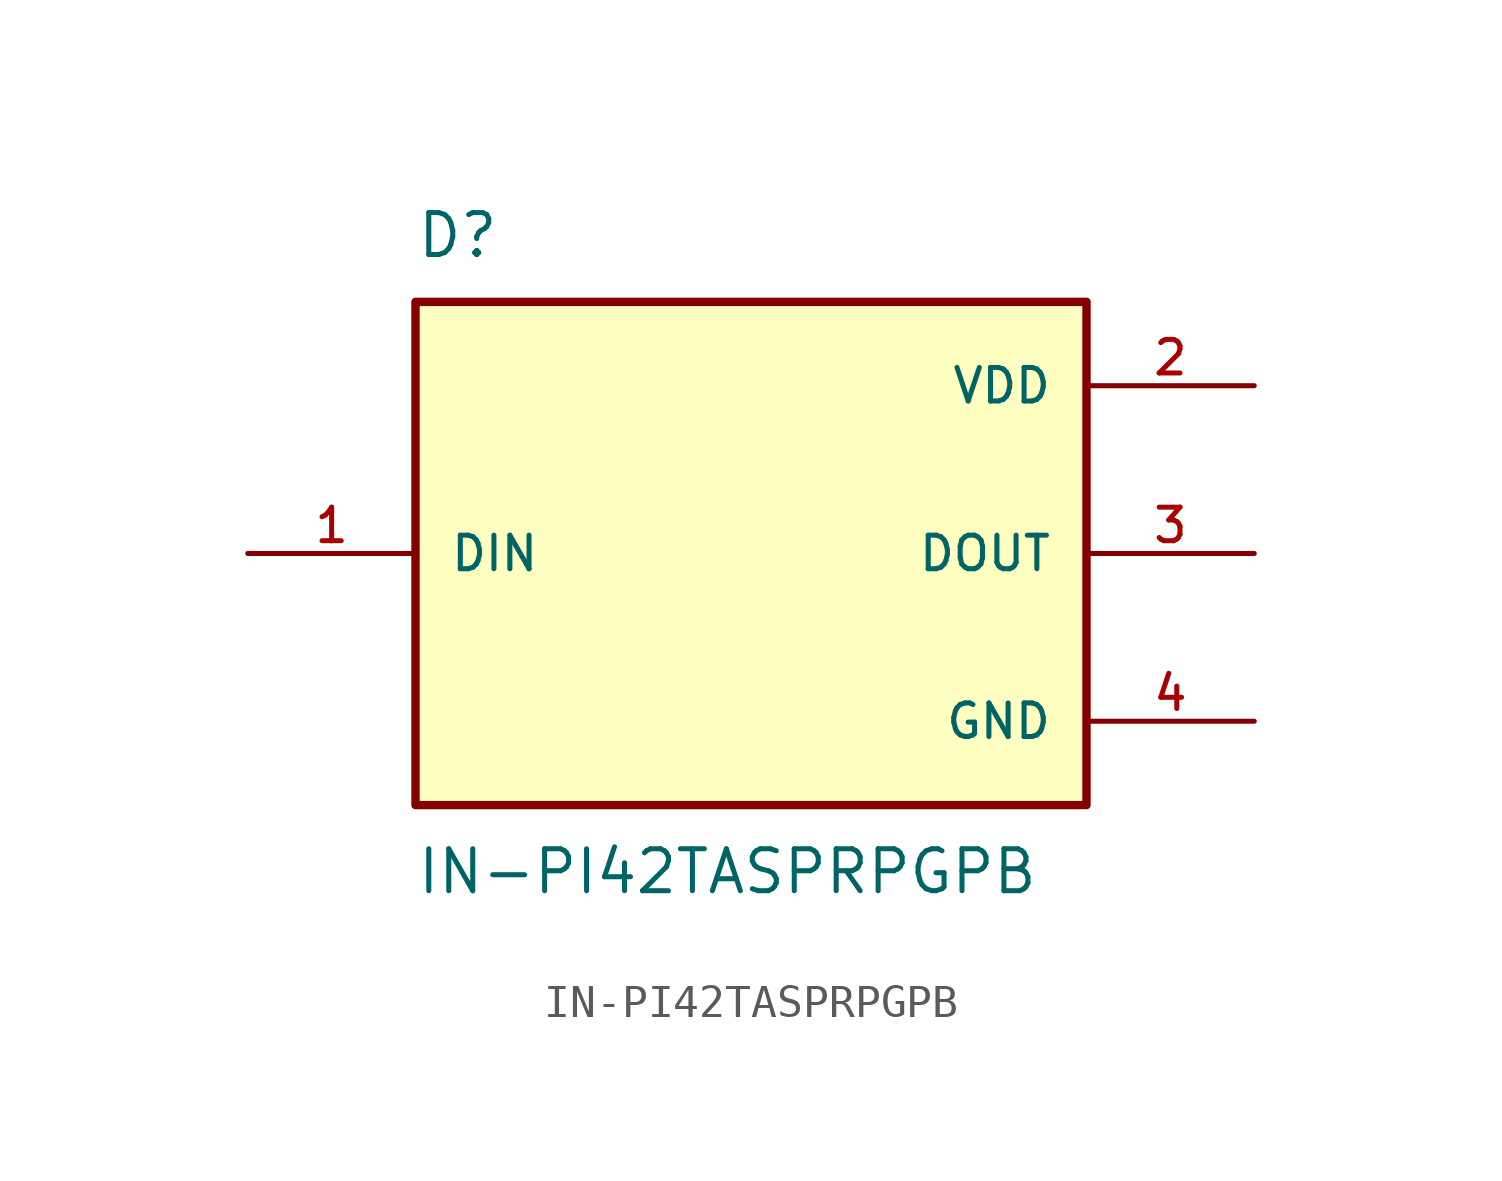
<source format=kicad_sym>
(kicad_symbol_lib
  (version 20211014)
  (generator kicad_symbol_editor)
  (symbol "IN-PI42TASPRPGPB"
    (pin_names
      (offset 1.016))
    (property "Reference" "D"
      (at -10.16 8.89 0)
      (effects (font (size 1.27 1.27)) (justify bottom left)))
    (property "Value" "IN-PI42TASPRPGPB"
      (at -10.16 -8.89 0)
      (effects (font (size 1.27 1.27)) (justify top left)))
    (symbol "IN-PI42TASPRPGPB_0_0"
      (rectangle (start -10.16 -7.62) (end 10.16 7.62) (stroke (width 0.254)) (fill (type background)))
      (pin input line (at -15.24 0.0 0) (length 5.08) (name "DIN" (effects (font (size 1.016 1.016)))) (number "1" (effects (font (size 1.016 1.016)))))
      (pin power_in line (at 15.24 5.08 180.0) (length 5.08) (name "VDD" (effects (font (size 1.016 1.016)))) (number "2" (effects (font (size 1.016 1.016)))))
      (pin power_in line (at 15.24 -5.08 180.0) (length 5.08) (name "GND" (effects (font (size 1.016 1.016)))) (number "4" (effects (font (size 1.016 1.016)))))
      (pin output line (at 15.24 0.0 180.0) (length 5.08) (name "DOUT" (effects (font (size 1.016 1.016)))) (number "3" (effects (font (size 1.016 1.016))))))))
</source>
